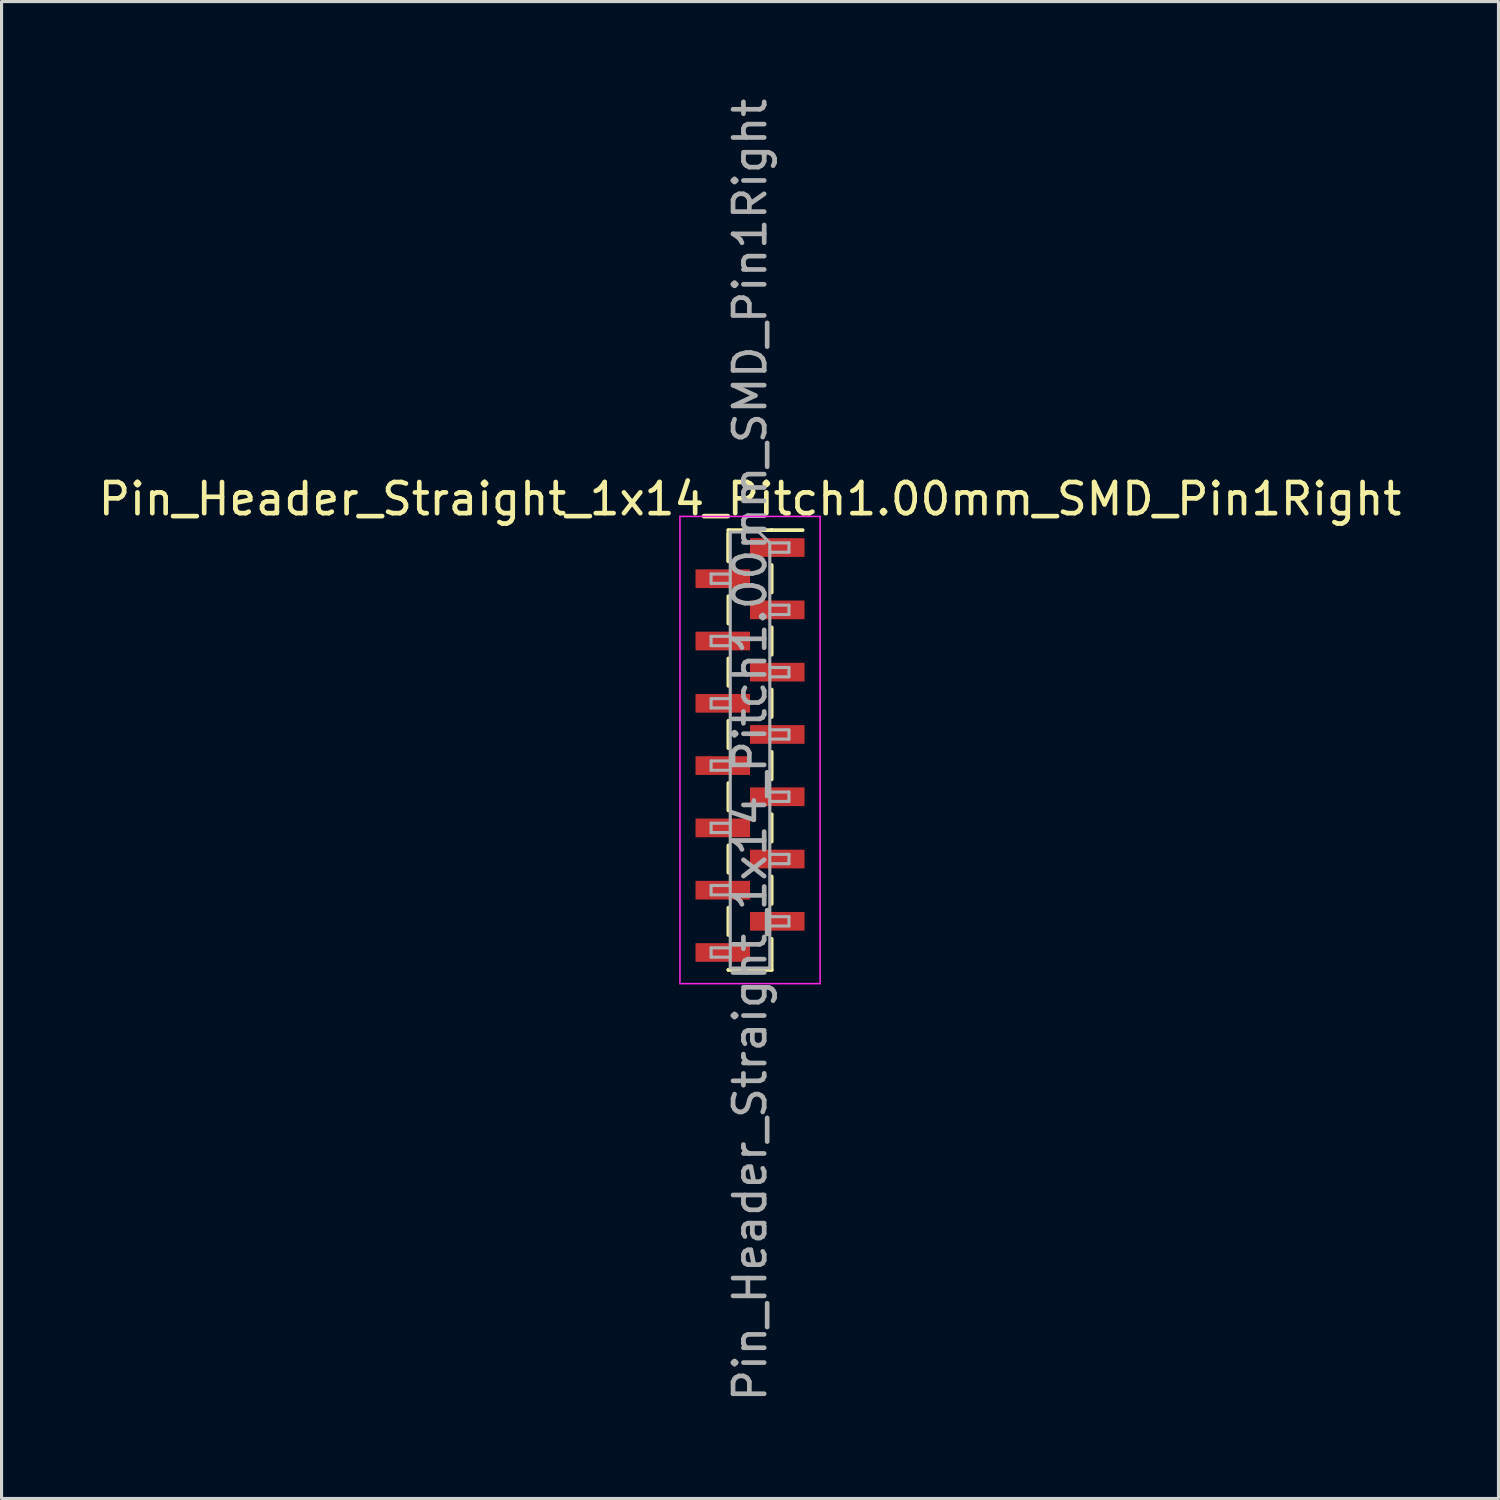
<source format=kicad_pcb>
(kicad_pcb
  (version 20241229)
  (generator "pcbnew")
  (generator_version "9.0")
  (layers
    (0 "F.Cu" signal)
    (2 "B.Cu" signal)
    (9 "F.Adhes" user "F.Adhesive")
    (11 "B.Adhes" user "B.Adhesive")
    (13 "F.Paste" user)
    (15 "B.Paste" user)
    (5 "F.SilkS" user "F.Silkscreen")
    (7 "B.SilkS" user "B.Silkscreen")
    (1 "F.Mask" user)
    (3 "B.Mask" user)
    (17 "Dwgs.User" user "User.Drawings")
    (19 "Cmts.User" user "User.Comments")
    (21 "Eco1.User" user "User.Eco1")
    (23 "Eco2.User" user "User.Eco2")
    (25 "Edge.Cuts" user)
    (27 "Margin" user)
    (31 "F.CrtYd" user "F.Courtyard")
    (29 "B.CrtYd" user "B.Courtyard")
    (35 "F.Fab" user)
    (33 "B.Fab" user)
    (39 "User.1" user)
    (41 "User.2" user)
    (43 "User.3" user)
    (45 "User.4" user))
  (footprint "Pin_Header_Straight_1x14_Pitch1.00mm_SMD_Pin1Right"
    (layer "F.Cu")
    (at 21.03 21.03)
    (property "Reference" "Pin_Header_Straight_1x14_Pitch1.00mm_SMD_Pin1Right" (at 0 -8.06 0) (layer "F.SilkS") (effects (font (size 1 1) (thickness 0.15))))
    (attr smd)
    (fp_line (start -0.695 -7.06) (end -0.695 -6.06) (stroke (width 0.12) (type solid)) (layer "F.SilkS"))
    (fp_line (start -0.695 -7.06) (end 0.695 -7.06) (stroke (width 0.12) (type solid)) (layer "F.SilkS"))
    (fp_line (start -0.695 -6.94) (end -0.695 -6.06) (stroke (width 0.12) (type solid)) (layer "F.SilkS"))
    (fp_line (start -0.695 -4.94) (end -0.695 -4.06) (stroke (width 0.12) (type solid)) (layer "F.SilkS"))
    (fp_line (start -0.695 -2.94) (end -0.695 -2.06) (stroke (width 0.12) (type solid)) (layer "F.SilkS"))
    (fp_line (start -0.695 -0.94) (end -0.695 -0.06) (stroke (width 0.12) (type solid)) (layer "F.SilkS"))
    (fp_line (start -0.695 1.06) (end -0.695 1.94) (stroke (width 0.12) (type solid)) (layer "F.SilkS"))
    (fp_line (start -0.695 3.06) (end -0.695 3.94) (stroke (width 0.12) (type solid)) (layer "F.SilkS"))
    (fp_line (start -0.695 5.06) (end -0.695 5.94) (stroke (width 0.12) (type solid)) (layer "F.SilkS"))
    (fp_line (start -0.695 7.06) (end -0.695 7.06) (stroke (width 0.12) (type solid)) (layer "F.SilkS"))
    (fp_line (start -0.695 7.06) (end 0.695 7.06) (stroke (width 0.12) (type solid)) (layer "F.SilkS"))
    (fp_line (start 0.695 -7.06) (end 0.695 -7.06) (stroke (width 0.12) (type solid)) (layer "F.SilkS"))
    (fp_line (start 0.695 -7.06) (end 1.69 -7.06) (stroke (width 0.12) (type solid)) (layer "F.SilkS"))
    (fp_line (start 0.695 -5.94) (end 0.695 -5.06) (stroke (width 0.12) (type solid)) (layer "F.SilkS"))
    (fp_line (start 0.695 -3.94) (end 0.695 -3.06) (stroke (width 0.12) (type solid)) (layer "F.SilkS"))
    (fp_line (start 0.695 -1.94) (end 0.695 -1.06) (stroke (width 0.12) (type solid)) (layer "F.SilkS"))
    (fp_line (start 0.695 0.06) (end 0.695 0.94) (stroke (width 0.12) (type solid)) (layer "F.SilkS"))
    (fp_line (start 0.695 2.06) (end 0.695 2.94) (stroke (width 0.12) (type solid)) (layer "F.SilkS"))
    (fp_line (start 0.695 4.06) (end 0.695 4.94) (stroke (width 0.12) (type solid)) (layer "F.SilkS"))
    (fp_line (start 0.695 6.06) (end 0.695 7.06) (stroke (width 0.12) (type solid)) (layer "F.SilkS"))
    (fp_line (start -2.25 -7.5) (end -2.25 7.5) (stroke (width 0.05) (type solid)) (layer "F.CrtYd"))
    (fp_line (start -2.25 7.5) (end 2.25 7.5) (stroke (width 0.05) (type solid)) (layer "F.CrtYd"))
    (fp_line (start 2.25 -7.5) (end -2.25 -7.5) (stroke (width 0.05) (type solid)) (layer "F.CrtYd"))
    (fp_line (start 2.25 7.5) (end 2.25 -7.5) (stroke (width 0.05) (type solid)) (layer "F.CrtYd"))
    (fp_line (start -1.25 -5.65) (end -1.25 -5.35) (stroke (width 0.1) (type solid)) (layer "F.Fab"))
    (fp_line (start -1.25 -5.35) (end -0.635 -5.35) (stroke (width 0.1) (type solid)) (layer "F.Fab"))
    (fp_line (start -1.25 -3.65) (end -1.25 -3.35) (stroke (width 0.1) (type solid)) (layer "F.Fab"))
    (fp_line (start -1.25 -3.35) (end -0.635 -3.35) (stroke (width 0.1) (type solid)) (layer "F.Fab"))
    (fp_line (start -1.25 -1.65) (end -1.25 -1.35) (stroke (width 0.1) (type solid)) (layer "F.Fab"))
    (fp_line (start -1.25 -1.35) (end -0.635 -1.35) (stroke (width 0.1) (type solid)) (layer "F.Fab"))
    (fp_line (start -1.25 0.35) (end -1.25 0.65) (stroke (width 0.1) (type solid)) (layer "F.Fab"))
    (fp_line (start -1.25 0.65) (end -0.635 0.65) (stroke (width 0.1) (type solid)) (layer "F.Fab"))
    (fp_line (start -1.25 2.35) (end -1.25 2.65) (stroke (width 0.1) (type solid)) (layer "F.Fab"))
    (fp_line (start -1.25 2.65) (end -0.635 2.65) (stroke (width 0.1) (type solid)) (layer "F.Fab"))
    (fp_line (start -1.25 4.35) (end -1.25 4.65) (stroke (width 0.1) (type solid)) (layer "F.Fab"))
    (fp_line (start -1.25 4.65) (end -0.635 4.65) (stroke (width 0.1) (type solid)) (layer "F.Fab"))
    (fp_line (start -1.25 6.35) (end -1.25 6.65) (stroke (width 0.1) (type solid)) (layer "F.Fab"))
    (fp_line (start -1.25 6.65) (end -0.635 6.65) (stroke (width 0.1) (type solid)) (layer "F.Fab"))
    (fp_line (start -0.635 -7) (end -0.635 7) (stroke (width 0.1) (type solid)) (layer "F.Fab"))
    (fp_line (start -0.635 -7) (end 0.285 -7) (stroke (width 0.1) (type solid)) (layer "F.Fab"))
    (fp_line (start -0.635 -5.65) (end -1.25 -5.65) (stroke (width 0.1) (type solid)) (layer "F.Fab"))
    (fp_line (start -0.635 -3.65) (end -1.25 -3.65) (stroke (width 0.1) (type solid)) (layer "F.Fab"))
    (fp_line (start -0.635 -1.65) (end -1.25 -1.65) (stroke (width 0.1) (type solid)) (layer "F.Fab"))
    (fp_line (start -0.635 0.35) (end -1.25 0.35) (stroke (width 0.1) (type solid)) (layer "F.Fab"))
    (fp_line (start -0.635 2.35) (end -1.25 2.35) (stroke (width 0.1) (type solid)) (layer "F.Fab"))
    (fp_line (start -0.635 4.35) (end -1.25 4.35) (stroke (width 0.1) (type solid)) (layer "F.Fab"))
    (fp_line (start -0.635 6.35) (end -1.25 6.35) (stroke (width 0.1) (type solid)) (layer "F.Fab"))
    (fp_line (start 0.635 -6.65) (end 0.285 -7) (stroke (width 0.1) (type solid)) (layer "F.Fab"))
    (fp_line (start 0.635 -6.65) (end 1.25 -6.65) (stroke (width 0.1) (type solid)) (layer "F.Fab"))
    (fp_line (start 0.635 -4.65) (end 1.25 -4.65) (stroke (width 0.1) (type solid)) (layer "F.Fab"))
    (fp_line (start 0.635 -2.65) (end 1.25 -2.65) (stroke (width 0.1) (type solid)) (layer "F.Fab"))
    (fp_line (start 0.635 -0.65) (end 1.25 -0.65) (stroke (width 0.1) (type solid)) (layer "F.Fab"))
    (fp_line (start 0.635 1.35) (end 1.25 1.35) (stroke (width 0.1) (type solid)) (layer "F.Fab"))
    (fp_line (start 0.635 3.35) (end 1.25 3.35) (stroke (width 0.1) (type solid)) (layer "F.Fab"))
    (fp_line (start 0.635 5.35) (end 1.25 5.35) (stroke (width 0.1) (type solid)) (layer "F.Fab"))
    (fp_line (start 0.635 7) (end -0.635 7) (stroke (width 0.1) (type solid)) (layer "F.Fab"))
    (fp_line (start 0.635 7) (end 0.635 -6.65) (stroke (width 0.1) (type solid)) (layer "F.Fab"))
    (fp_line (start 1.25 -6.65) (end 1.25 -6.35) (stroke (width 0.1) (type solid)) (layer "F.Fab"))
    (fp_line (start 1.25 -6.35) (end 0.635 -6.35) (stroke (width 0.1) (type solid)) (layer "F.Fab"))
    (fp_line (start 1.25 -4.65) (end 1.25 -4.35) (stroke (width 0.1) (type solid)) (layer "F.Fab"))
    (fp_line (start 1.25 -4.35) (end 0.635 -4.35) (stroke (width 0.1) (type solid)) (layer "F.Fab"))
    (fp_line (start 1.25 -2.65) (end 1.25 -2.35) (stroke (width 0.1) (type solid)) (layer "F.Fab"))
    (fp_line (start 1.25 -2.35) (end 0.635 -2.35) (stroke (width 0.1) (type solid)) (layer "F.Fab"))
    (fp_line (start 1.25 -0.65) (end 1.25 -0.35) (stroke (width 0.1) (type solid)) (layer "F.Fab"))
    (fp_line (start 1.25 -0.35) (end 0.635 -0.35) (stroke (width 0.1) (type solid)) (layer "F.Fab"))
    (fp_line (start 1.25 1.35) (end 1.25 1.65) (stroke (width 0.1) (type solid)) (layer "F.Fab"))
    (fp_line (start 1.25 1.65) (end 0.635 1.65) (stroke (width 0.1) (type solid)) (layer "F.Fab"))
    (fp_line (start 1.25 3.35) (end 1.25 3.65) (stroke (width 0.1) (type solid)) (layer "F.Fab"))
    (fp_line (start 1.25 3.65) (end 0.635 3.65) (stroke (width 0.1) (type solid)) (layer "F.Fab"))
    (fp_line (start 1.25 5.35) (end 1.25 5.65) (stroke (width 0.1) (type solid)) (layer "F.Fab"))
    (fp_line (start 1.25 5.65) (end 0.635 5.65) (stroke (width 0.1) (type solid)) (layer "F.Fab"))
    (fp_text user "${REFERENCE}" (at 0 0 90) (layer "F.Fab") (effects (font (size 1 1) (thickness 0.15))))
    (pad "1" smd rect (at 0.875 -6.5) (size 1.75 0.6) (layers "F.Cu" "F.Mask" "F.Paste"))
    (pad "2" smd rect (at -0.875 -5.5) (size 1.75 0.6) (layers "F.Cu" "F.Mask" "F.Paste"))
    (pad "3" smd rect (at 0.875 -4.5) (size 1.75 0.6) (layers "F.Cu" "F.Mask" "F.Paste"))
    (pad "4" smd rect (at -0.875 -3.5) (size 1.75 0.6) (layers "F.Cu" "F.Mask" "F.Paste"))
    (pad "5" smd rect (at 0.875 -2.5) (size 1.75 0.6) (layers "F.Cu" "F.Mask" "F.Paste"))
    (pad "6" smd rect (at -0.875 -1.5) (size 1.75 0.6) (layers "F.Cu" "F.Mask" "F.Paste"))
    (pad "7" smd rect (at 0.875 -0.5) (size 1.75 0.6) (layers "F.Cu" "F.Mask" "F.Paste"))
    (pad "8" smd rect (at -0.875 0.5) (size 1.75 0.6) (layers "F.Cu" "F.Mask" "F.Paste"))
    (pad "9" smd rect (at 0.875 1.5) (size 1.75 0.6) (layers "F.Cu" "F.Mask" "F.Paste"))
    (pad "10" smd rect (at -0.875 2.5) (size 1.75 0.6) (layers "F.Cu" "F.Mask" "F.Paste"))
    (pad "11" smd rect (at 0.875 3.5) (size 1.75 0.6) (layers "F.Cu" "F.Mask" "F.Paste"))
    (pad "12" smd rect (at -0.875 4.5) (size 1.75 0.6) (layers "F.Cu" "F.Mask" "F.Paste"))
    (pad "13" smd rect (at 0.875 5.5) (size 1.75 0.6) (layers "F.Cu" "F.Mask" "F.Paste"))
    (pad "14" smd rect (at -0.875 6.5) (size 1.75 0.6) (layers "F.Cu" "F.Mask" "F.Paste")))
  (gr_rect
    (start -3 -3)
    (end 45.06 45.06)
    (stroke (width 0.1) (type default))
    (fill no)
    (layer "Edge.Cuts")))
</source>
